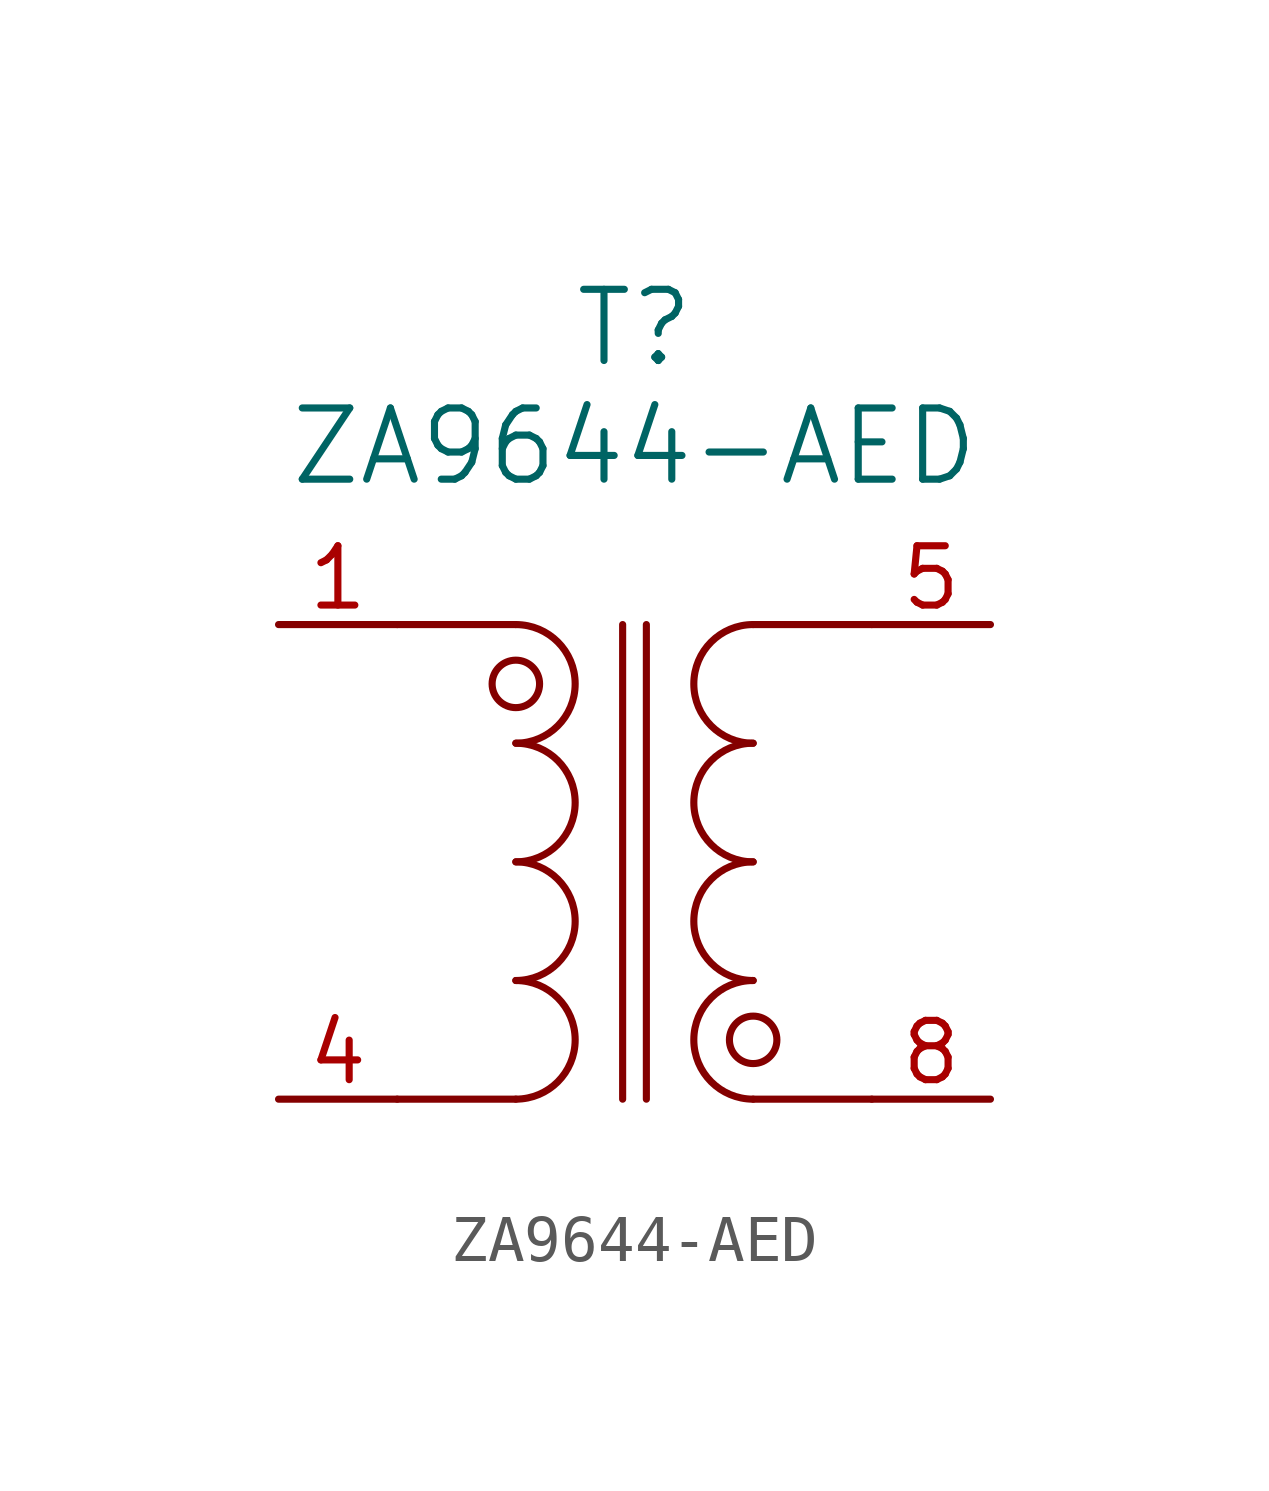
<source format=kicad_sym>
(kicad_symbol_lib
  (version 20231120)
  (generator "kicad_symbol_editor")
  (generator_version "8.0")
  (symbol "ZA9644-AED"
    (pin_names
      (offset 0.254))
    (property "Reference" "T"
      (at 0 11.43 0)
      (effects (font (size 1.524 1.524))))
    (property "Value" "ZA9644-AED"
      (at 0 8.89 0)
      (effects (font (size 1.524 1.524))))
    (symbol "ZA9644-AED_0_1"
      (arc (start -2.54 -5.08) (mid -1.27 -3.81) (end -2.54 -2.54) (stroke (width 0) (type default)) (fill (type none)))
      (arc (start -2.54 -2.54) (mid -1.27 -1.27) (end -2.54 0) (stroke (width 0) (type default)) (fill (type none)))
      (arc (start -2.54 0) (mid -1.27 1.27) (end -2.54 2.54) (stroke (width 0) (type default)) (fill (type none)))
      (arc (start -2.54 2.54) (mid -1.27 3.81) (end -2.54 5.08) (stroke (width 0) (type default)) (fill (type none)))
      (circle (center -2.54 3.81) (radius 0.508) (stroke (width 0) (type default)) (fill (type none)))
      (polyline (pts (xy -2.54 -5.08) (xy -5.08 -5.08)) (stroke (width 0) (type default)) (fill (type none)))
      (polyline (pts (xy -2.54 5.08) (xy -5.08 5.08)) (stroke (width 0) (type default)) (fill (type none)))
      (polyline (pts (xy -0.254 5.08) (xy -0.254 -5.08)) (stroke (width 0) (type default)) (fill (type none)))
      (polyline (pts (xy 0.254 5.08) (xy 0.254 -5.08)) (stroke (width 0) (type default)) (fill (type none)))
      (polyline (pts (xy 5.08 -5.08) (xy 2.54 -5.08)) (stroke (width 0) (type default)) (fill (type none)))
      (polyline (pts (xy 5.08 5.08) (xy 2.54 5.08)) (stroke (width 0) (type default)) (fill (type none)))
      (circle (center 2.54 -3.81) (radius 0.508) (stroke (width 0) (type default)) (fill (type none)))
      (arc (start 2.54 -2.54) (mid 1.27 -3.81) (end 2.54 -5.08) (stroke (width 0) (type default)) (fill (type none)))
      (arc (start 2.54 0) (mid 1.27 -1.27) (end 2.54 -2.54) (stroke (width 0) (type default)) (fill (type none)))
      (arc (start 2.54 2.54) (mid 1.27 1.27) (end 2.54 0) (stroke (width 0) (type default)) (fill (type none)))
      (arc (start 2.54 5.08) (mid 1.27 3.81) (end 2.54 2.54) (stroke (width 0) (type default)) (fill (type none))))
    (symbol "ZA9644-AED_1_1"
      (pin unspecified line (at -7.62 5.08 0) (length 2.54) (name "" (effects (font (size 1.27 1.27)))) (number "1" (effects (font (size 1.27 1.27)))))
      (pin unspecified line (at -7.62 2.54 0) (length 2.54) hide (name "" (effects (font (size 1.27 1.27)))) (number "2" (effects (font (size 1.27 1.27)))))
      (pin unspecified line (at -7.62 -2.54 0) (length 2.54) hide (name "" (effects (font (size 1.27 1.27)))) (number "3" (effects (font (size 1.27 1.27)))))
      (pin unspecified line (at -7.62 -5.08 0) (length 2.54) (name "" (effects (font (size 1.27 1.27)))) (number "4" (effects (font (size 1.27 1.27)))))
      (pin unspecified line (at 7.62 5.08 180) (length 2.54) (name "" (effects (font (size 1.27 1.27)))) (number "5" (effects (font (size 1.27 1.27)))))
      (pin unspecified line (at 7.62 2.54 180) (length 2.54) hide (name "" (effects (font (size 1.27 1.27)))) (number "6" (effects (font (size 1.27 1.27)))))
      (pin unspecified line (at 7.62 -2.54 180) (length 2.54) hide (name "" (effects (font (size 1.27 1.27)))) (number "7" (effects (font (size 1.27 1.27)))))
      (pin unspecified line (at 7.62 -5.08 180) (length 2.54) (name "" (effects (font (size 1.27 1.27)))) (number "8" (effects (font (size 1.27 1.27))))))))
</source>
